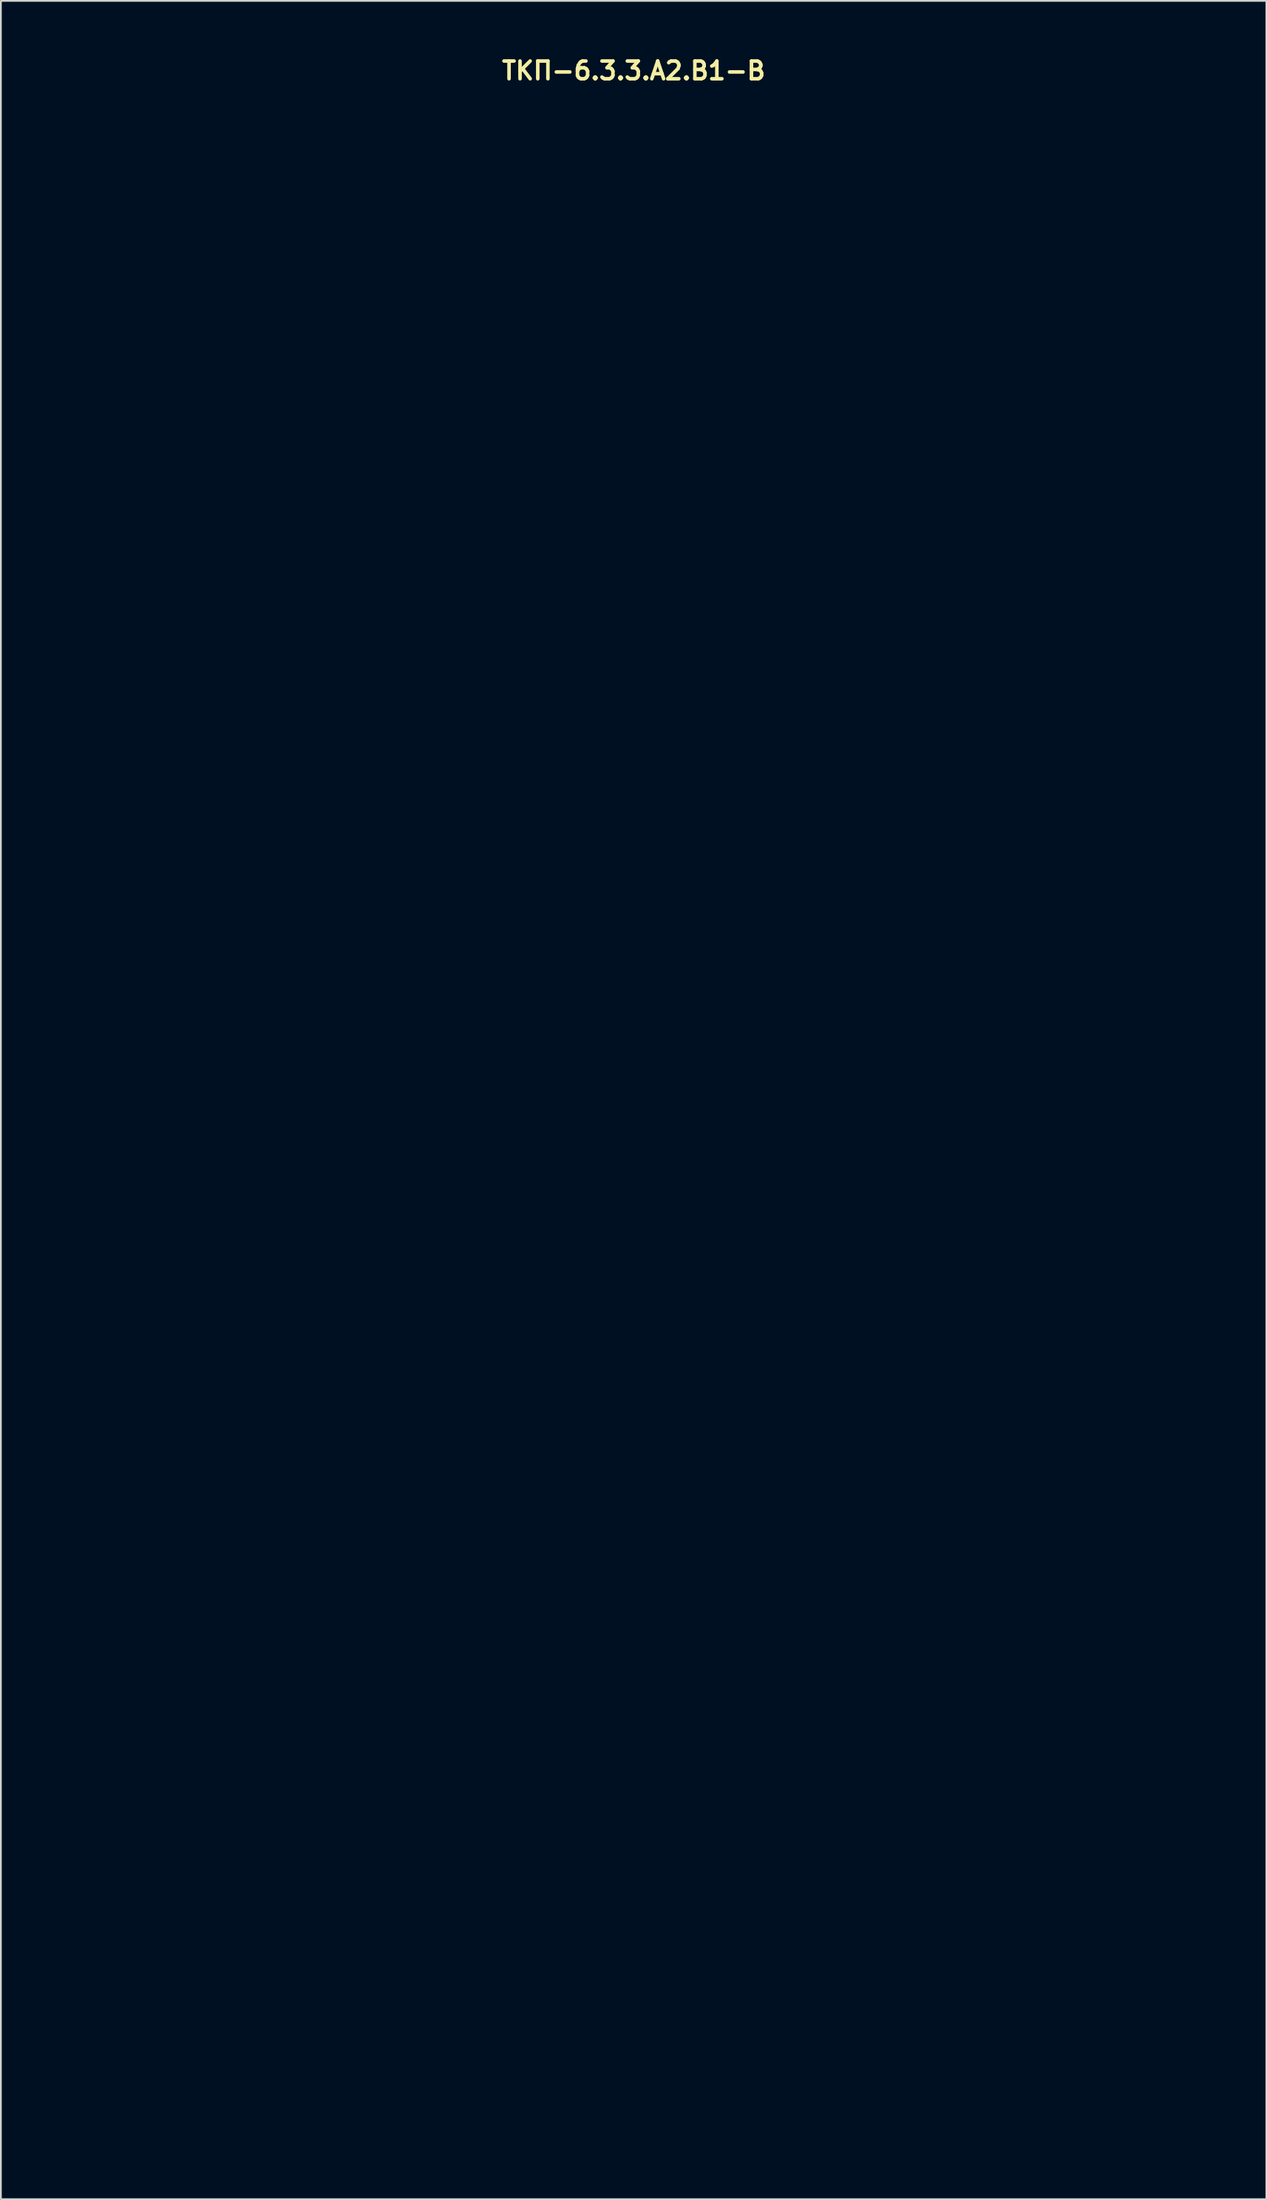
<source format=kicad_pcb>
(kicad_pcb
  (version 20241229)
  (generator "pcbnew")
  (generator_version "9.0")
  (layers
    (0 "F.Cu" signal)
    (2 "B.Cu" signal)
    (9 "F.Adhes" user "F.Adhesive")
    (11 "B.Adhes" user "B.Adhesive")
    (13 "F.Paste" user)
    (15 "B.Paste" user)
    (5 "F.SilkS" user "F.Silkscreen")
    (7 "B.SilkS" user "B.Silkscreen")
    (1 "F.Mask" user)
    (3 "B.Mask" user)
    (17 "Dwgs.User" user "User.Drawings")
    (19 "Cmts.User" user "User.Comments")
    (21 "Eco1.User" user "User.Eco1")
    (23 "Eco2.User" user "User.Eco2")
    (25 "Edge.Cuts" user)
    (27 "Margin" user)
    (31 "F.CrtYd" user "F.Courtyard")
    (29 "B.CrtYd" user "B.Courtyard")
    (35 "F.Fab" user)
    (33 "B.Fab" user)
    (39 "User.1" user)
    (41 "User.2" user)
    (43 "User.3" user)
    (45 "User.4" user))
  (footprint "ТКП-6.3.3.A2.B1-B"
    (layer "F.Cu")
    (at 32.67 59.737)
    (property "Reference" "ТКП-6.3.3.A2.B1-B" (at 0 -58.801 0) (layer "F.SilkS") (effects (font (size 1 1) (thickness 0.2))))
    (attr through_hole)
    (fp_line (start -32.47 -57.98) (end -32.47 57.98) (stroke (width 0.4) (type solid)) (layer "Eco1.User"))
    (fp_line (start -32.47 -57.98) (end 32.47 -57.98) (stroke (width 0.4) (type solid)) (layer "Eco1.User"))
    (fp_line (start -32.47 -56.98) (end 32.47 -56.98) (stroke (width 0.4) (type solid)) (layer "Eco1.User"))
    (fp_line (start -32.47 -55.98) (end 32.47 -55.98) (stroke (width 0.2) (type solid)) (layer "Eco1.User"))
    (fp_line (start -32.47 55.98) (end 32.47 55.98) (stroke (width 0.2) (type solid)) (layer "Eco1.User"))
    (fp_line (start -32.47 56.98) (end 32.47 56.98) (stroke (width 0.4) (type solid)) (layer "Eco1.User"))
    (fp_line (start -32.47 57.98) (end 32.47 57.98) (stroke (width 0.4) (type solid)) (layer "Eco1.User"))
    (fp_line (start 32.47 -57.98) (end 32.47 57.98) (stroke (width 0.4) (type solid)) (layer "Eco1.User"))
    (fp_circle (center -19.05 -40.44) (end -15.45 -40.44) (stroke (width 0.4) (type solid)) (fill no) (layer "Eco1.User"))
    (fp_circle (center -19.05 -12.5) (end -15.45 -12.5) (stroke (width 0.4) (type solid)) (fill no) (layer "Eco1.User"))
    (fp_circle (center -8.89 -50.8) (end -7.39 -50.8) (stroke (width 0.4) (type solid)) (fill no) (layer "Eco1.User"))
    (fp_circle (center 0 -26.47) (end 3.6 -26.47) (stroke (width 0.4) (type solid)) (fill no) (layer "Eco1.User"))
    (fp_circle (center 0 1.47) (end 3.6 1.47) (stroke (width 0.4) (type solid)) (fill no) (layer "Eco1.User"))
    (fp_circle (center 0 44.45) (end 6 44.45) (stroke (width 0.4) (type solid)) (fill no) (layer "Eco1.User"))
    (fp_circle (center 8.89 -50.8) (end 10.39 -50.8) (stroke (width 0.4) (type solid)) (fill no) (layer "Eco1.User"))
    (fp_circle (center 19.05 -40.44) (end 22.65 -40.44) (stroke (width 0.4) (type solid)) (fill no) (layer "Eco1.User"))
    (fp_circle (center 19.05 -12.5) (end 22.65 -12.5) (stroke (width 0.4) (type solid)) (fill no) (layer "Eco1.User"))
    (fp_circle (center 19.05 44.45) (end 21.7 44.45) (stroke (width 0.4) (type solid)) (fill no) (layer "Eco1.User")))
  (gr_rect
    (start -3 -3)
    (end 68.34 120.917)
    (stroke (width 0.1) (type default))
    (fill no)
    (layer "Edge.Cuts")))
</source>
